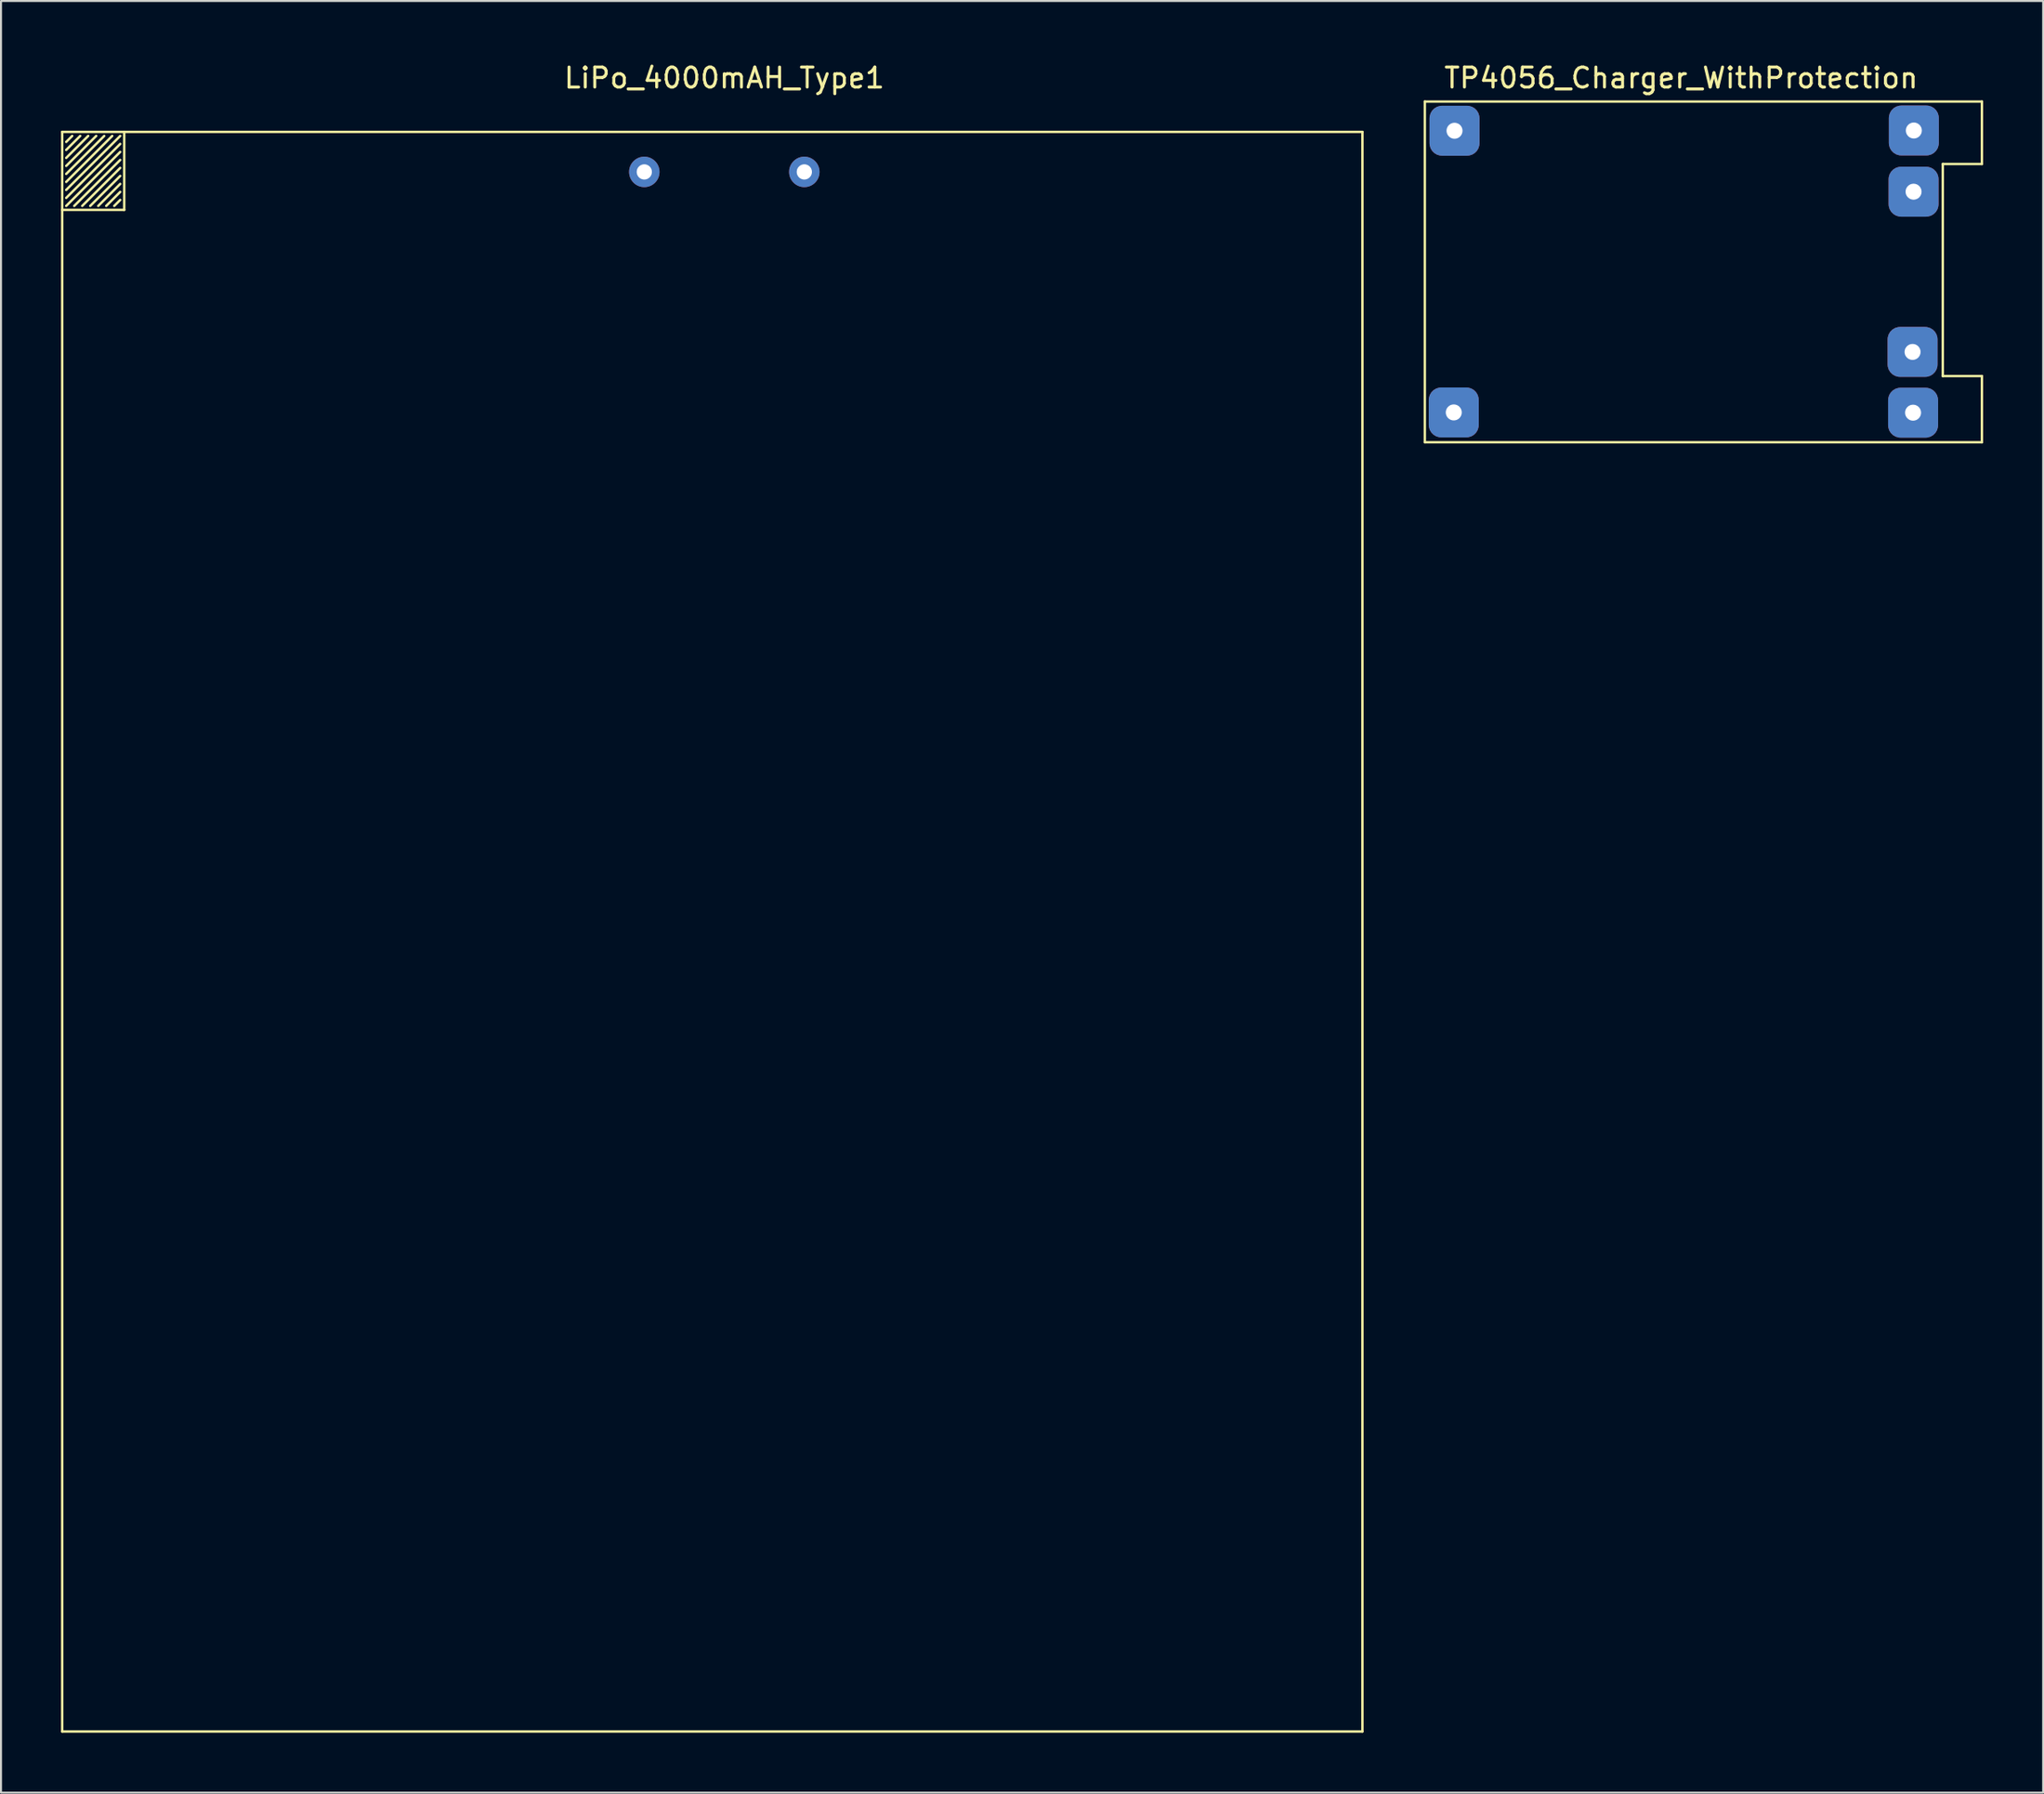
<source format=kicad_pcb>
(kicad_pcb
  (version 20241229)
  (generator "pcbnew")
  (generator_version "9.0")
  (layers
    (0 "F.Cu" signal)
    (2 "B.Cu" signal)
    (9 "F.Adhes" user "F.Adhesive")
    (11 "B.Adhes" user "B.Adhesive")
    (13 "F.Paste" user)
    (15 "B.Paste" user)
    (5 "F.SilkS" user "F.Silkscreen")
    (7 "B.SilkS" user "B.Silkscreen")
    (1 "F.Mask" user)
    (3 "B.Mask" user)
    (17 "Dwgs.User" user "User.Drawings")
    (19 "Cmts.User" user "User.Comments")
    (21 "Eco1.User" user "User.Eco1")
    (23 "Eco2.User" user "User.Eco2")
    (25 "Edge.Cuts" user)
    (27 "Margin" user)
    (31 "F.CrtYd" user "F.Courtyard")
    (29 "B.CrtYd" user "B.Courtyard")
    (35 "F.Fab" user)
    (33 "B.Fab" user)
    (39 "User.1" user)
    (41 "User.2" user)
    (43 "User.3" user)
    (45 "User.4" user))
  (footprint "LiPo_4000mAH_Type1"
    (layer "F.Cu")
    (at 33.16 3.548)
    (property "Reference" "LiPo_4000mAH_Type1" (at 0 -2.7 0) (layer "F.SilkS") (effects (font (size 1 1) (thickness 0.15))))
    (attr through_hole)
    (fp_line (start -33.1 0) (end 31.9 0) (stroke (width 0.12) (type solid)) (layer "F.SilkS"))
    (fp_line (start -33.1 3.9) (end -30 3.9) (stroke (width 0.12) (type solid)) (layer "F.SilkS"))
    (fp_line (start -33.1 80) (end -33.1 0) (stroke (width 0.12) (type solid)) (layer "F.SilkS"))
    (fp_line (start -32.9 0.9) (end -32.2 0.2) (stroke (width 0.12) (type solid)) (layer "F.SilkS"))
    (fp_line (start -32.9 1.7) (end -31.4 0.2) (stroke (width 0.12) (type solid)) (layer "F.SilkS"))
    (fp_line (start -32.9 2.5) (end -30.6 0.2) (stroke (width 0.12) (type solid)) (layer "F.SilkS"))
    (fp_line (start -32.9 3.3) (end -30.2 0.6) (stroke (width 0.12) (type solid)) (layer "F.SilkS"))
    (fp_line (start -32.9 3.7) (end -30.2 1) (stroke (width 0.12) (type solid)) (layer "F.SilkS"))
    (fp_line (start -32.6 0.2) (end -32.9 0.5) (stroke (width 0.12) (type solid)) (layer "F.SilkS"))
    (fp_line (start -32.5 3.7) (end -30.2 1.4) (stroke (width 0.12) (type solid)) (layer "F.SilkS"))
    (fp_line (start -31.8 0.2) (end -32.9 1.3) (stroke (width 0.12) (type solid)) (layer "F.SilkS"))
    (fp_line (start -31.7 3.7) (end -30.2 2.2) (stroke (width 0.12) (type solid)) (layer "F.SilkS"))
    (fp_line (start -31 0.2) (end -32.9 2.1) (stroke (width 0.12) (type solid)) (layer "F.SilkS"))
    (fp_line (start -30.9 3.7) (end -30.2 3) (stroke (width 0.12) (type solid)) (layer "F.SilkS"))
    (fp_line (start -30.2 0.2) (end -32.9 2.9) (stroke (width 0.12) (type solid)) (layer "F.SilkS"))
    (fp_line (start -30.2 1.8) (end -32.1 3.7) (stroke (width 0.12) (type solid)) (layer "F.SilkS"))
    (fp_line (start -30.2 2.6) (end -31.3 3.7) (stroke (width 0.12) (type solid)) (layer "F.SilkS"))
    (fp_line (start -30.2 3.4) (end -30.5 3.7) (stroke (width 0.12) (type solid)) (layer "F.SilkS"))
    (fp_line (start -30 3.9) (end -30 0) (stroke (width 0.12) (type solid)) (layer "F.SilkS"))
    (fp_line (start 31.9 0) (end 31.9 80) (stroke (width 0.12) (type solid)) (layer "F.SilkS"))
    (fp_line (start 31.9 80) (end -33.1 80) (stroke (width 0.12) (type solid)) (layer "F.SilkS"))
    (pad "1" thru_hole circle (at -4 2) (size 1.524 1.524) (drill 0.762) (layers "*.Cu" "*.Mask"))
    (pad "2" thru_hole circle (at 4 2) (size 1.524 1.524) (drill 0.762) (layers "*.Cu" "*.Mask")))
  (footprint "TP4056_Charger_WithProtection"
    (layer "F.Cu")
    (at 80.994 2.029)
    (property "Reference" "TP4056_Charger_WithProtection" (at 0 -1.181 180) (layer "F.SilkS") (effects (font (size 1 1) (thickness 0.15))))
    (attr through_hole)
    (fp_line (start -12.814 0) (end -12.814 17.04) (stroke (width 0.12) (type solid)) (layer "F.SilkS"))
    (fp_line (start -12.814 17.04) (end 15.037 17.04) (stroke (width 0.12) (type solid)) (layer "F.SilkS"))
    (fp_line (start 13.081 3.124) (end 13.081 13.729) (stroke (width 0.12) (type solid)) (layer "F.SilkS"))
    (fp_line (start 15.037 0) (end -12.814 0) (stroke (width 0.12) (type solid)) (layer "F.SilkS"))
    (fp_line (start 15.037 0) (end 15.037 3.124) (stroke (width 0.12) (type solid)) (layer "F.SilkS"))
    (fp_line (start 15.037 3.124) (end 13.081 3.124) (stroke (width 0.12) (type solid)) (layer "F.SilkS"))
    (fp_line (start 15.037 13.729) (end 13.081 13.729) (stroke (width 0.12) (type solid)) (layer "F.SilkS"))
    (fp_line (start 15.037 17.04) (end 15.037 13.729) (stroke (width 0.12) (type solid)) (layer "F.SilkS"))
    (pad "1" thru_hole roundrect (at -11.329 1.46 270) (size 2.5 2.5) (drill 0.8) (layers "*.Cu" "*.Mask") (roundrect_rratio 0.25))
    (pad "2" thru_hole roundrect (at -11.367 15.548 270) (size 2.5 2.5) (drill 0.8) (layers "*.Cu" "*.Mask") (roundrect_rratio 0.25))
    (pad "3" thru_hole roundrect (at 11.633 1.448 270) (size 2.5 2.5) (drill 0.8) (layers "*.Cu" "*.Mask") (roundrect_rratio 0.25))
    (pad "4" thru_hole roundrect (at 11.62 4.508 270) (size 2.5 2.5) (drill 0.8) (layers "*.Cu" "*.Mask") (roundrect_rratio 0.25))
    (pad "5" thru_hole roundrect (at 11.57 12.522 270) (size 2.5 2.5) (drill 0.8) (layers "*.Cu" "*.Mask") (roundrect_rratio 0.25))
    (pad "6" thru_hole roundrect (at 11.595 15.561 270) (size 2.5 2.5) (drill 0.8) (layers "*.Cu" "*.Mask") (roundrect_rratio 0.25)))
  (gr_rect
    (start -3 -3)
    (end 99.091 86.608)
    (stroke (width 0.1) (type default))
    (fill no)
    (layer "Edge.Cuts")))
</source>
